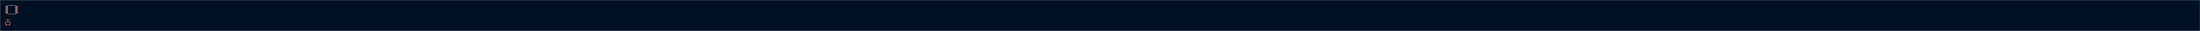
<source format=kicad_pcb>
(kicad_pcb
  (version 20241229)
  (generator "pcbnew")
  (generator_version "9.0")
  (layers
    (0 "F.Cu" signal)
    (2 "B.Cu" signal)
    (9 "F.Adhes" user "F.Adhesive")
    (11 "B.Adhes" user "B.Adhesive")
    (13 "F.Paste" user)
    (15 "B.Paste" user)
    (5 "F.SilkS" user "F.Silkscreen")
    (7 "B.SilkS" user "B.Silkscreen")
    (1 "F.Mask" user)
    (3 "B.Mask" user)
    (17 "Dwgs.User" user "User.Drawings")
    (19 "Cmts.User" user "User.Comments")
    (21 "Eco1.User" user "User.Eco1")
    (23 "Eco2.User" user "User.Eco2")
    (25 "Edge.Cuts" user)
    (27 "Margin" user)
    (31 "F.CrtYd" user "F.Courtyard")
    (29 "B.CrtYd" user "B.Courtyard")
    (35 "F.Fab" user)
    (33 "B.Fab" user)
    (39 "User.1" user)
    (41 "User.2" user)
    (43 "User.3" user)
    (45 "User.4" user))
  (footprint "SOP65P640X120-14N"
    (layer "F.Cu")
    (at 3.658 2.616)
    (property "Reference" "SOP65P640X120-14N" (at 1181.65 -2147.484 0) (layer "F.SilkS") (effects (font (size 250 250) (thickness 0.15))))
    (attr through_hole)
    (fp_line (start -2.261 2.54) (end 2.261 2.54) (stroke (width 0.152) (type solid)) (layer "F.SilkS"))
    (fp_line (start -0.305 -2.54) (end -2.261 -2.54) (stroke (width 0.152) (type solid)) (layer "F.SilkS"))
    (fp_line (start 0.305 -2.54) (end -0.305 -2.54) (stroke (width 0.152) (type solid)) (layer "F.SilkS"))
    (fp_line (start 2.261 -2.54) (end 0.305 -2.54) (stroke (width 0.152) (type solid)) (layer "F.SilkS"))
    (fp_arc (start 0.3048 -2.54) (mid 0 -2.2352) (end -0.3048 -2.54) (stroke (width 0.1) (type solid)) (layer "F.SilkS"))
    (fp_line (start -3.302 -2.108) (end -3.302 -1.803) (stroke (width 0.152) (type solid)) (layer "F.Fab"))
    (fp_line (start -3.302 -1.803) (end -2.261 -1.803) (stroke (width 0.152) (type solid)) (layer "F.Fab"))
    (fp_line (start -3.302 -1.448) (end -3.302 -1.143) (stroke (width 0.152) (type solid)) (layer "F.Fab"))
    (fp_line (start -3.302 -1.143) (end -2.261 -1.143) (stroke (width 0.152) (type solid)) (layer "F.Fab"))
    (fp_line (start -3.302 -0.787) (end -3.302 -0.508) (stroke (width 0.152) (type solid)) (layer "F.Fab"))
    (fp_line (start -3.302 -0.508) (end -2.261 -0.508) (stroke (width 0.152) (type solid)) (layer "F.Fab"))
    (fp_line (start -3.302 -0.152) (end -3.302 0.152) (stroke (width 0.152) (type solid)) (layer "F.Fab"))
    (fp_line (start -3.302 0.152) (end -2.261 0.152) (stroke (width 0.152) (type solid)) (layer "F.Fab"))
    (fp_line (start -3.302 0.508) (end -3.302 0.787) (stroke (width 0.152) (type solid)) (layer "F.Fab"))
    (fp_line (start -3.302 0.787) (end -2.261 0.787) (stroke (width 0.152) (type solid)) (layer "F.Fab"))
    (fp_line (start -3.302 1.143) (end -3.302 1.448) (stroke (width 0.152) (type solid)) (layer "F.Fab"))
    (fp_line (start -3.302 1.448) (end -2.261 1.448) (stroke (width 0.152) (type solid)) (layer "F.Fab"))
    (fp_line (start -3.302 1.803) (end -3.302 2.108) (stroke (width 0.152) (type solid)) (layer "F.Fab"))
    (fp_line (start -3.302 2.108) (end -2.261 2.108) (stroke (width 0.152) (type solid)) (layer "F.Fab"))
    (fp_line (start -2.261 -2.54) (end -2.261 2.54) (stroke (width 0.152) (type solid)) (layer "F.Fab"))
    (fp_line (start -2.261 -2.108) (end -3.302 -2.108) (stroke (width 0.152) (type solid)) (layer "F.Fab"))
    (fp_line (start -2.261 -1.803) (end -2.261 -2.108) (stroke (width 0.152) (type solid)) (layer "F.Fab"))
    (fp_line (start -2.261 -1.448) (end -3.302 -1.448) (stroke (width 0.152) (type solid)) (layer "F.Fab"))
    (fp_line (start -2.261 -1.143) (end -2.261 -1.448) (stroke (width 0.152) (type solid)) (layer "F.Fab"))
    (fp_line (start -2.261 -0.787) (end -3.302 -0.787) (stroke (width 0.152) (type solid)) (layer "F.Fab"))
    (fp_line (start -2.261 -0.508) (end -2.261 -0.787) (stroke (width 0.152) (type solid)) (layer "F.Fab"))
    (fp_line (start -2.261 -0.152) (end -3.302 -0.152) (stroke (width 0.152) (type solid)) (layer "F.Fab"))
    (fp_line (start -2.261 0.152) (end -2.261 -0.152) (stroke (width 0.152) (type solid)) (layer "F.Fab"))
    (fp_line (start -2.261 0.508) (end -3.302 0.508) (stroke (width 0.152) (type solid)) (layer "F.Fab"))
    (fp_line (start -2.261 0.787) (end -2.261 0.508) (stroke (width 0.152) (type solid)) (layer "F.Fab"))
    (fp_line (start -2.261 1.143) (end -3.302 1.143) (stroke (width 0.152) (type solid)) (layer "F.Fab"))
    (fp_line (start -2.261 1.448) (end -2.261 1.143) (stroke (width 0.152) (type solid)) (layer "F.Fab"))
    (fp_line (start -2.261 1.803) (end -3.302 1.803) (stroke (width 0.152) (type solid)) (layer "F.Fab"))
    (fp_line (start -2.261 2.108) (end -2.261 1.803) (stroke (width 0.152) (type solid)) (layer "F.Fab"))
    (fp_line (start -2.261 2.54) (end 2.261 2.54) (stroke (width 0.152) (type solid)) (layer "F.Fab"))
    (fp_line (start -0.305 -2.54) (end -2.261 -2.54) (stroke (width 0.152) (type solid)) (layer "F.Fab"))
    (fp_line (start 0.305 -2.54) (end -0.305 -2.54) (stroke (width 0.152) (type solid)) (layer "F.Fab"))
    (fp_line (start 2.261 -2.54) (end 0.305 -2.54) (stroke (width 0.152) (type solid)) (layer "F.Fab"))
    (fp_line (start 2.261 -2.108) (end 2.261 -1.803) (stroke (width 0.152) (type solid)) (layer "F.Fab"))
    (fp_line (start 2.261 -1.803) (end 3.302 -1.803) (stroke (width 0.152) (type solid)) (layer "F.Fab"))
    (fp_line (start 2.261 -1.448) (end 2.261 -1.143) (stroke (width 0.152) (type solid)) (layer "F.Fab"))
    (fp_line (start 2.261 -1.143) (end 3.302 -1.143) (stroke (width 0.152) (type solid)) (layer "F.Fab"))
    (fp_line (start 2.261 -0.787) (end 2.261 -0.508) (stroke (width 0.152) (type solid)) (layer "F.Fab"))
    (fp_line (start 2.261 -0.508) (end 3.302 -0.508) (stroke (width 0.152) (type solid)) (layer "F.Fab"))
    (fp_line (start 2.261 -0.152) (end 2.261 0.152) (stroke (width 0.152) (type solid)) (layer "F.Fab"))
    (fp_line (start 2.261 0.152) (end 3.302 0.152) (stroke (width 0.152) (type solid)) (layer "F.Fab"))
    (fp_line (start 2.261 0.508) (end 2.261 0.787) (stroke (width 0.152) (type solid)) (layer "F.Fab"))
    (fp_line (start 2.261 0.787) (end 3.302 0.787) (stroke (width 0.152) (type solid)) (layer "F.Fab"))
    (fp_line (start 2.261 1.143) (end 2.261 1.448) (stroke (width 0.152) (type solid)) (layer "F.Fab"))
    (fp_line (start 2.261 1.448) (end 3.302 1.448) (stroke (width 0.152) (type solid)) (layer "F.Fab"))
    (fp_line (start 2.261 1.803) (end 2.261 2.108) (stroke (width 0.152) (type solid)) (layer "F.Fab"))
    (fp_line (start 2.261 2.108) (end 3.302 2.108) (stroke (width 0.152) (type solid)) (layer "F.Fab"))
    (fp_line (start 2.261 2.54) (end 2.261 -2.54) (stroke (width 0.152) (type solid)) (layer "F.Fab"))
    (fp_line (start 3.302 -2.108) (end 2.261 -2.108) (stroke (width 0.152) (type solid)) (layer "F.Fab"))
    (fp_line (start 3.302 -1.803) (end 3.302 -2.108) (stroke (width 0.152) (type solid)) (layer "F.Fab"))
    (fp_line (start 3.302 -1.448) (end 2.261 -1.448) (stroke (width 0.152) (type solid)) (layer "F.Fab"))
    (fp_line (start 3.302 -1.143) (end 3.302 -1.448) (stroke (width 0.152) (type solid)) (layer "F.Fab"))
    (fp_line (start 3.302 -0.787) (end 2.261 -0.787) (stroke (width 0.152) (type solid)) (layer "F.Fab"))
    (fp_line (start 3.302 -0.508) (end 3.302 -0.787) (stroke (width 0.152) (type solid)) (layer "F.Fab"))
    (fp_line (start 3.302 -0.152) (end 2.261 -0.152) (stroke (width 0.152) (type solid)) (layer "F.Fab"))
    (fp_line (start 3.302 0.152) (end 3.302 -0.152) (stroke (width 0.152) (type solid)) (layer "F.Fab"))
    (fp_line (start 3.302 0.508) (end 2.261 0.508) (stroke (width 0.152) (type solid)) (layer "F.Fab"))
    (fp_line (start 3.302 0.787) (end 3.302 0.508) (stroke (width 0.152) (type solid)) (layer "F.Fab"))
    (fp_line (start 3.302 1.143) (end 2.261 1.143) (stroke (width 0.152) (type solid)) (layer "F.Fab"))
    (fp_line (start 3.302 1.448) (end 3.302 1.143) (stroke (width 0.152) (type solid)) (layer "F.Fab"))
    (fp_line (start 3.302 1.803) (end 2.261 1.803) (stroke (width 0.152) (type solid)) (layer "F.Fab"))
    (fp_line (start 3.302 2.108) (end 3.302 1.803) (stroke (width 0.152) (type solid)) (layer "F.Fab"))
    (fp_arc (start 0.3048 -2.54) (mid 0 -2.2352) (end -0.3048 -2.54) (stroke (width 0.1) (type solid)) (layer "F.Fab"))
    (pad "1" smd rect (at -2.921 -1.956) (size 1.473 0.356) (layers "F.Cu" "F.Mask" "F.Paste"))
    (pad "2" smd rect (at -2.921 -1.295) (size 1.473 0.356) (layers "F.Cu" "F.Mask" "F.Paste"))
    (pad "3" smd rect (at -2.921 -0.66) (size 1.473 0.356) (layers "F.Cu" "F.Mask" "F.Paste"))
    (pad "4" smd rect (at -2.921 0) (size 1.473 0.356) (layers "F.Cu" "F.Mask" "F.Paste"))
    (pad "5" smd rect (at -2.921 0.66) (size 1.473 0.356) (layers "F.Cu" "F.Mask" "F.Paste"))
    (pad "6" smd rect (at -2.921 1.295) (size 1.473 0.356) (layers "F.Cu" "F.Mask" "F.Paste"))
    (pad "7" smd rect (at -2.921 1.956) (size 1.473 0.356) (layers "F.Cu" "F.Mask" "F.Paste"))
    (pad "8" smd rect (at 2.921 1.956) (size 1.473 0.356) (layers "F.Cu" "F.Mask" "F.Paste"))
    (pad "9" smd rect (at 2.921 1.295) (size 1.473 0.356) (layers "F.Cu" "F.Mask" "F.Paste"))
    (pad "10" smd rect (at 2.921 0.66) (size 1.473 0.356) (layers "F.Cu" "F.Mask" "F.Paste"))
    (pad "11" smd rect (at 2.921 0) (size 1.473 0.356) (layers "F.Cu" "F.Mask" "F.Paste"))
    (pad "12" smd rect (at 2.921 -0.66) (size 1.473 0.356) (layers "F.Cu" "F.Mask" "F.Paste"))
    (pad "13" smd rect (at 2.921 -1.295) (size 1.473 0.356) (layers "F.Cu" "F.Mask" "F.Paste"))
    (pad "14" smd rect (at 2.921 -1.956) (size 1.473 0.356) (layers "F.Cu" "F.Mask" "F.Paste")))
  (footprint "SOT23-3"
    (layer "F.Cu")
    (at 1.502 10.541)
    (property "Reference" "SOT23-3" (at 0.191 -1.981 0) (layer "F.SilkS") (effects (font (size 0.32 0.32) (thickness 0.15))))
    (attr through_hole)
    (fp_line (start -1.4 -0.7) (end -1.4 0.1) (stroke (width 0.203) (type solid)) (layer "F.SilkS"))
    (fp_line (start -0.8 -0.7) (end -1.4 -0.7) (stroke (width 0.203) (type solid)) (layer "F.SilkS"))
    (fp_line (start 0.8 -0.7) (end 1.4 -0.7) (stroke (width 0.203) (type solid)) (layer "F.SilkS"))
    (fp_line (start 1.4 -0.7) (end 1.4 0.1) (stroke (width 0.203) (type solid)) (layer "F.SilkS"))
    (fp_line (start -1.422 -0.66) (end 1.422 -0.66) (stroke (width 0.152) (type solid)) (layer "F.Fab"))
    (fp_line (start -1.422 0.66) (end -1.422 -0.66) (stroke (width 0.152) (type solid)) (layer "F.Fab"))
    (fp_line (start 1.422 -0.66) (end 1.422 0.66) (stroke (width 0.152) (type solid)) (layer "F.Fab"))
    (fp_line (start 1.422 0.66) (end -1.422 0.66) (stroke (width 0.152) (type solid)) (layer "F.Fab"))
    (pad "1" smd rect (at -0.95 1) (size 0.8 0.9) (layers "F.Cu" "F.Mask" "F.Paste"))
    (pad "2" smd rect (at 0.95 1) (size 0.8 0.9) (layers "F.Cu" "F.Mask" "F.Paste"))
    (pad "3" smd rect (at 0 -1.1) (size 0.8 0.9) (layers "F.Cu" "F.Mask" "F.Paste")))
  (gr_rect
    (start -3 -3)
    (end 1265.778 14.991)
    (stroke (width 0.1) (type default))
    (fill no)
    (layer "Edge.Cuts")))
</source>
